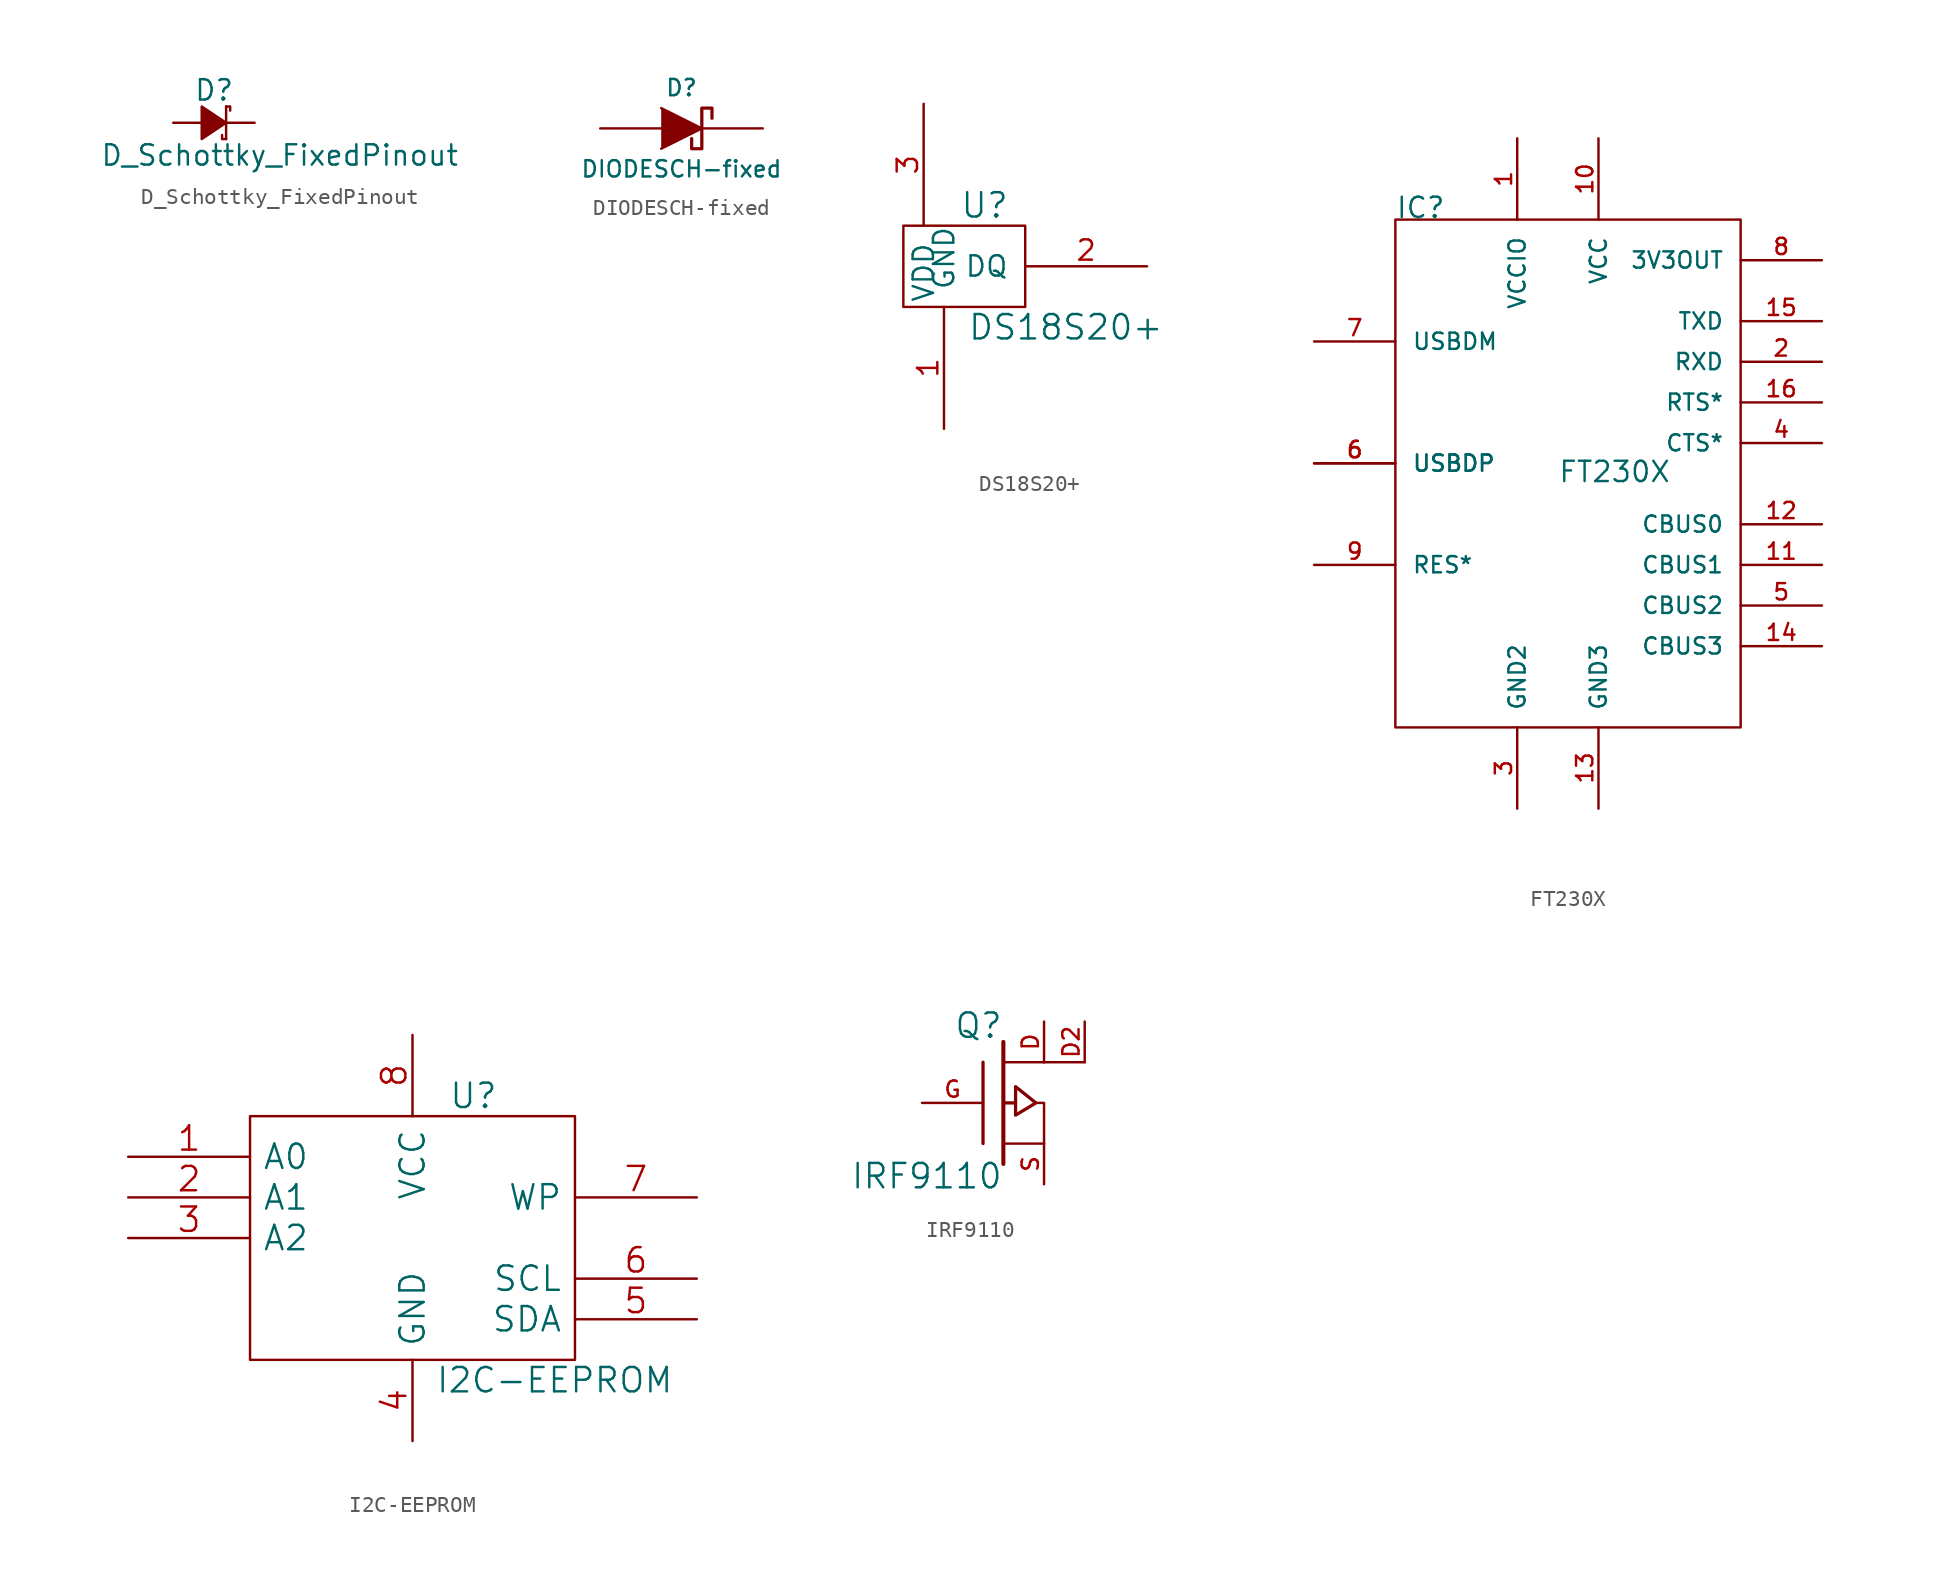
<source format=kicad_sym>
(kicad_symbol_lib
  (version 20220914)
  (generator kicad_symbol_editor)
  (symbol "D_Schottky_FixedPinout"
    (pin_numbers hide)
    (pin_names
      (offset 0.254) hide)
    (property "Reference" "D"
      (at -1.27 2.032 0)
      (effects (font (size 1.27 1.27)) (justify left)))
    (property "Value" "D_Schottky_FixedPinout"
      (at -7.112 -2.032 0)
      (effects (font (size 1.27 1.27)) (justify left)))
    (property "Footprint" ""
      (at 0 0 90)
      (effects (font (size 1.524 1.524))))
    (property "Datasheet" ""
      (at 0 0 90)
      (effects (font (size 1.524 1.524))))
    (symbol "D_Schottky_FixedPinout_0_1"
      (polyline (pts (xy 0.762 -1.016) (xy 0.762 1.016)) (stroke (width 0) (type default)) (fill (type none)))
      (polyline (pts (xy 0.762 -1.016) (xy 0.508 -1.016) (xy 0.508 -0.762)) (stroke (width 0) (type default)) (fill (type none)))
      (polyline (pts (xy 0.762 1.016) (xy 1.016 1.016) (xy 1.016 0.762)) (stroke (width 0) (type default)) (fill (type none)))
      (polyline (pts (xy -0.762 -1.016) (xy 0.762 0) (xy -0.762 1.016) (xy -0.762 -1.016)) (stroke (width 0) (type default)) (fill (type outline))))
    (symbol "D_Schottky_FixedPinout_1_1"
      (pin passive line (at 2.54 0 180) (length 1.778) (name "C" (effects (font (size 1.016 1.016)))) (number "1" (effects (font (size 1.016 1.016)))))
      (pin passive line (at -2.54 0 0) (length 1.778) (name "A" (effects (font (size 1.016 1.016)))) (number "2" (effects (font (size 1.016 1.016)))))))
  (symbol "DIODESCH-fixed"
    (pin_numbers hide)
    (pin_names
      (offset 1.016) hide)
    (property "Reference" "D"
      (at 0 2.54 0)
      (effects (font (size 1.016 1.016))))
    (property "Value" "DIODESCH-fixed"
      (at 0 -2.54 0)
      (effects (font (size 1.016 1.016))))
    (property "Footprint" ""
      (at 0 0 0)
      (effects (font (size 1.524 1.524))))
    (property "Datasheet" ""
      (at 0 0 0)
      (effects (font (size 1.524 1.524))))
    (symbol "DIODESCH-fixed_0_1"
      (polyline (pts (xy -1.27 1.27) (xy 1.27 0) (xy -1.27 -1.27)) (stroke (width 0) (type default)) (fill (type outline)))
      (polyline (pts (xy 1.905 0.635) (xy 1.905 1.27) (xy 1.27 1.27) (xy 1.27 -1.27) (xy 0.635 -1.27) (xy 0.635 -0.635)) (stroke (width 0.203) (type default)) (fill (type none))))
    (symbol "DIODESCH-fixed_1_1"
      (pin passive line (at 5.08 0 180) (length 3.81) (name "K" (effects (font (size 1.016 1.016)))) (number "1" (effects (font (size 1.016 1.016)))))
      (pin passive line (at -5.08 0 0) (length 3.81) (name "A" (effects (font (size 1.016 1.016)))) (number "2" (effects (font (size 1.016 1.016)))))))
  (symbol "DS18S20+"
    (pin_names
      (offset 1.016))
    (property "Reference" "U"
      (at 1.27 7.62 0)
      (effects (font (size 1.524 1.524))))
    (property "Value" "DS18S20+"
      (at 6.35 0 0)
      (effects (font (size 1.524 1.524))))
    (property "Footprint" ""
      (at 0 0 0)
      (effects (font (size 1.524 1.524))))
    (property "Datasheet" ""
      (at 0 0 0)
      (effects (font (size 1.524 1.524))))
    (symbol "DS18S20+_0_1"
      (polyline (pts (xy -3.81 1.27) (xy 3.81 1.27) (xy 3.81 6.35) (xy -3.81 6.35) (xy -3.81 1.27)) (stroke (width 0) (type default)) (fill (type none))))
    (symbol "DS18S20+_1_1"
      (pin power_in line (at -1.27 -6.35 90) (length 7.62) (name "GND" (effects (font (size 1.27 1.27)))) (number "1" (effects (font (size 1.27 1.27)))))
      (pin tri_state line (at 11.43 3.81 180) (length 7.62) (name "DQ" (effects (font (size 1.27 1.27)))) (number "2" (effects (font (size 1.27 1.27)))))
      (pin power_in line (at -2.54 13.97 270) (length 7.62) (name "VDD" (effects (font (size 1.27 1.27)))) (number "3" (effects (font (size 1.27 1.27)))))))
  (symbol "FT230X"
    (pin_names
      (offset 1.016))
    (property "Reference" "IC"
      (at -10.16 16.51 0)
      (effects (font (size 1.27 1.27)) (justify left bottom)))
    (property "Value" "FT230X"
      (at 0 0 0)
      (effects (font (size 1.27 1.27)) (justify left bottom)))
    (property "Datasheet" ""
      (at 0 0 0)
      (effects (font (size 1.524 1.524))))
    (property "ki_locked" ""
      (at 0 0 0)
      (effects (font (size 1.27 1.27))))
    (symbol "FT230X_0_1"
      (rectangle (start -10.16 16.51) (end 11.43 -15.24) (stroke (width 0) (type default)) (fill (type none))))
    (symbol "FT230X_1_1"
      (pin power_in line (at -2.54 21.59 270) (length 5.08) (name "VCCIO" (effects (font (size 1.016 1.016)))) (number "1" (effects (font (size 1.016 1.016)))))
      (pin power_in line (at 2.54 21.59 270) (length 5.08) (name "VCC" (effects (font (size 1.016 1.016)))) (number "10" (effects (font (size 1.016 1.016)))))
      (pin bidirectional line (at 16.51 -5.08 180) (length 5.08) (name "CBUS1" (effects (font (size 1.016 1.016)))) (number "11" (effects (font (size 1.016 1.016)))))
      (pin bidirectional line (at 16.51 -2.54 180) (length 5.08) (name "CBUS0" (effects (font (size 1.016 1.016)))) (number "12" (effects (font (size 1.016 1.016)))))
      (pin power_in line (at 2.54 -20.32 90) (length 5.08) (name "GND3" (effects (font (size 1.016 1.016)))) (number "13" (effects (font (size 1.016 1.016)))))
      (pin bidirectional line (at 16.51 -10.16 180) (length 5.08) (name "CBUS3" (effects (font (size 1.016 1.016)))) (number "14" (effects (font (size 1.016 1.016)))))
      (pin output line (at 16.51 10.16 180) (length 5.08) (name "TXD" (effects (font (size 1.016 1.016)))) (number "15" (effects (font (size 1.016 1.016)))))
      (pin output line (at 16.51 5.08 180) (length 5.08) (name "RTS*" (effects (font (size 1.016 1.016)))) (number "16" (effects (font (size 1.016 1.016)))))
      (pin input line (at 16.51 7.62 180) (length 5.08) (name "RXD" (effects (font (size 1.016 1.016)))) (number "2" (effects (font (size 1.016 1.016)))))
      (pin power_in line (at -2.54 -20.32 90) (length 5.08) (name "GND2" (effects (font (size 1.016 1.016)))) (number "3" (effects (font (size 1.016 1.016)))))
      (pin input line (at 16.51 2.54 180) (length 5.08) (name "CTS*" (effects (font (size 1.016 1.016)))) (number "4" (effects (font (size 1.016 1.016)))))
      (pin bidirectional line (at 16.51 -7.62 180) (length 5.08) (name "CBUS2" (effects (font (size 1.016 1.016)))) (number "5" (effects (font (size 1.016 1.016)))))
      (pin bidirectional line (at -15.24 1.27 0) (length 5.08) (name "USBDP" (effects (font (size 1.016 1.016)))) (number "6" (effects (font (size 1.016 1.016)))))
      (pin bidirectional line (at -15.24 1.27 0) (length 5.08) (name "USBDP" (effects (font (size 1.016 1.016)))) (number "6" (effects (font (size 1.016 1.016)))))
      (pin bidirectional line (at -15.24 8.89 0) (length 5.08) (name "USBDM" (effects (font (size 1.016 1.016)))) (number "7" (effects (font (size 1.016 1.016)))))
      (pin output line (at 16.51 13.97 180) (length 5.08) (name "3V3OUT" (effects (font (size 1.016 1.016)))) (number "8" (effects (font (size 1.016 1.016)))))
      (pin input line (at -15.24 -5.08 0) (length 5.08) (name "RES*" (effects (font (size 1.016 1.016)))) (number "9" (effects (font (size 1.016 1.016)))))))
  (symbol "I2C-EEPROM"
    (pin_names
      (offset 0.762))
    (property "Reference" "U"
      (at 3.81 8.89 0)
      (effects (font (size 1.524 1.524))))
    (property "Value" "I2C-EEPROM"
      (at 8.89 -8.89 0)
      (effects (font (size 1.524 1.524))))
    (property "Footprint" ""
      (at 0 0 0)
      (effects (font (size 1.524 1.524))))
    (property "Datasheet" ""
      (at 0 0 0)
      (effects (font (size 1.524 1.524))))
    (symbol "I2C-EEPROM_0_0"
      (pin power_in line (at 0 -12.7 90) (length 5.08) (name "GND" (effects (font (size 1.524 1.524)))) (number "4" (effects (font (size 1.524 1.524)))))
      (pin power_in line (at 0 12.7 270) (length 5.08) (name "VCC" (effects (font (size 1.524 1.524)))) (number "8" (effects (font (size 1.524 1.524))))))
    (symbol "I2C-EEPROM_0_1"
      (rectangle (start -10.16 -7.62) (end 10.16 7.62) (stroke (width 0) (type default)) (fill (type none))))
    (symbol "I2C-EEPROM_1_1"
      (pin input line (at -17.78 5.08 0) (length 7.62) (name "A0" (effects (font (size 1.524 1.524)))) (number "1" (effects (font (size 1.524 1.524)))))
      (pin input line (at -17.78 2.54 0) (length 7.62) (name "A1" (effects (font (size 1.524 1.524)))) (number "2" (effects (font (size 1.524 1.524)))))
      (pin input line (at -17.78 0 0) (length 7.62) (name "A2" (effects (font (size 1.524 1.524)))) (number "3" (effects (font (size 1.524 1.524)))))
      (pin bidirectional line (at 17.78 -5.08 180) (length 7.62) (name "SDA" (effects (font (size 1.524 1.524)))) (number "5" (effects (font (size 1.524 1.524)))))
      (pin input line (at 17.78 -2.54 180) (length 7.62) (name "SCL" (effects (font (size 1.524 1.524)))) (number "6" (effects (font (size 1.524 1.524)))))
      (pin input line (at 17.78 2.54 180) (length 7.62) (name "WP" (effects (font (size 1.524 1.524)))) (number "7" (effects (font (size 1.524 1.524)))))))
  (symbol "IRF9110"
    (pin_names
      (offset 1.016) hide)
    (property "Reference" "Q"
      (at 0 4.826 0)
      (effects (font (size 1.524 1.524)) (justify right)))
    (property "Value" "IRF9110"
      (at 0 -4.572 0)
      (effects (font (size 1.524 1.524)) (justify right)))
    (property "Footprint" ""
      (at 0 0 0)
      (effects (font (size 1.524 1.524))))
    (property "Datasheet" ""
      (at 0 0 0)
      (effects (font (size 1.524 1.524))))
    (symbol "IRF9110_0_1"
      (polyline (pts (xy -1.27 -2.54) (xy -1.27 2.54)) (stroke (width 0.203) (type default)) (fill (type none)))
      (polyline (pts (xy 0 -3.81) (xy 0 3.81)) (stroke (width 0.254) (type default)) (fill (type none)))
      (polyline (pts (xy 0.762 0) (xy 0 0)) (stroke (width 0.203) (type default)) (fill (type none)))
      (polyline (pts (xy 2.54 -2.54) (xy 0 -2.54)) (stroke (width 0) (type default)) (fill (type none)))
      (polyline (pts (xy 2.54 2.54) (xy 0 2.54)) (stroke (width 0) (type default)) (fill (type none)))
      (polyline (pts (xy 2.032 0) (xy 2.54 0) (xy 2.54 -2.54)) (stroke (width 0) (type default)) (fill (type none)))
      (polyline (pts (xy 0.762 1.016) (xy 0.762 -0.762) (xy 2.032 0) (xy 0.762 1.016) (xy 0.762 1.016)) (stroke (width 0.203) (type default)) (fill (type none)))
      (rectangle (start 2.54 2.54) (end 5.08 2.54) (stroke (width 0) (type default)) (fill (type none))))
    (symbol "IRF9110_1_1"
      (pin passive line (at 2.54 5.08 270) (length 2.54) (name "D" (effects (font (size 1.016 1.016)))) (number "D" (effects (font (size 1.016 1.016)))))
      (pin passive line (at 5.08 5.08 270) (length 2.54) (name "D2" (effects (font (size 1.016 1.016)))) (number "D2" (effects (font (size 1.016 1.016)))))
      (pin input line (at -5.08 0 0) (length 3.81) (name "G" (effects (font (size 1.016 1.016)))) (number "G" (effects (font (size 1.016 1.016)))))
      (pin passive line (at 2.54 -5.08 90) (length 2.54) (name "S" (effects (font (size 1.016 1.016)))) (number "S" (effects (font (size 1.016 1.016))))))))
</source>
